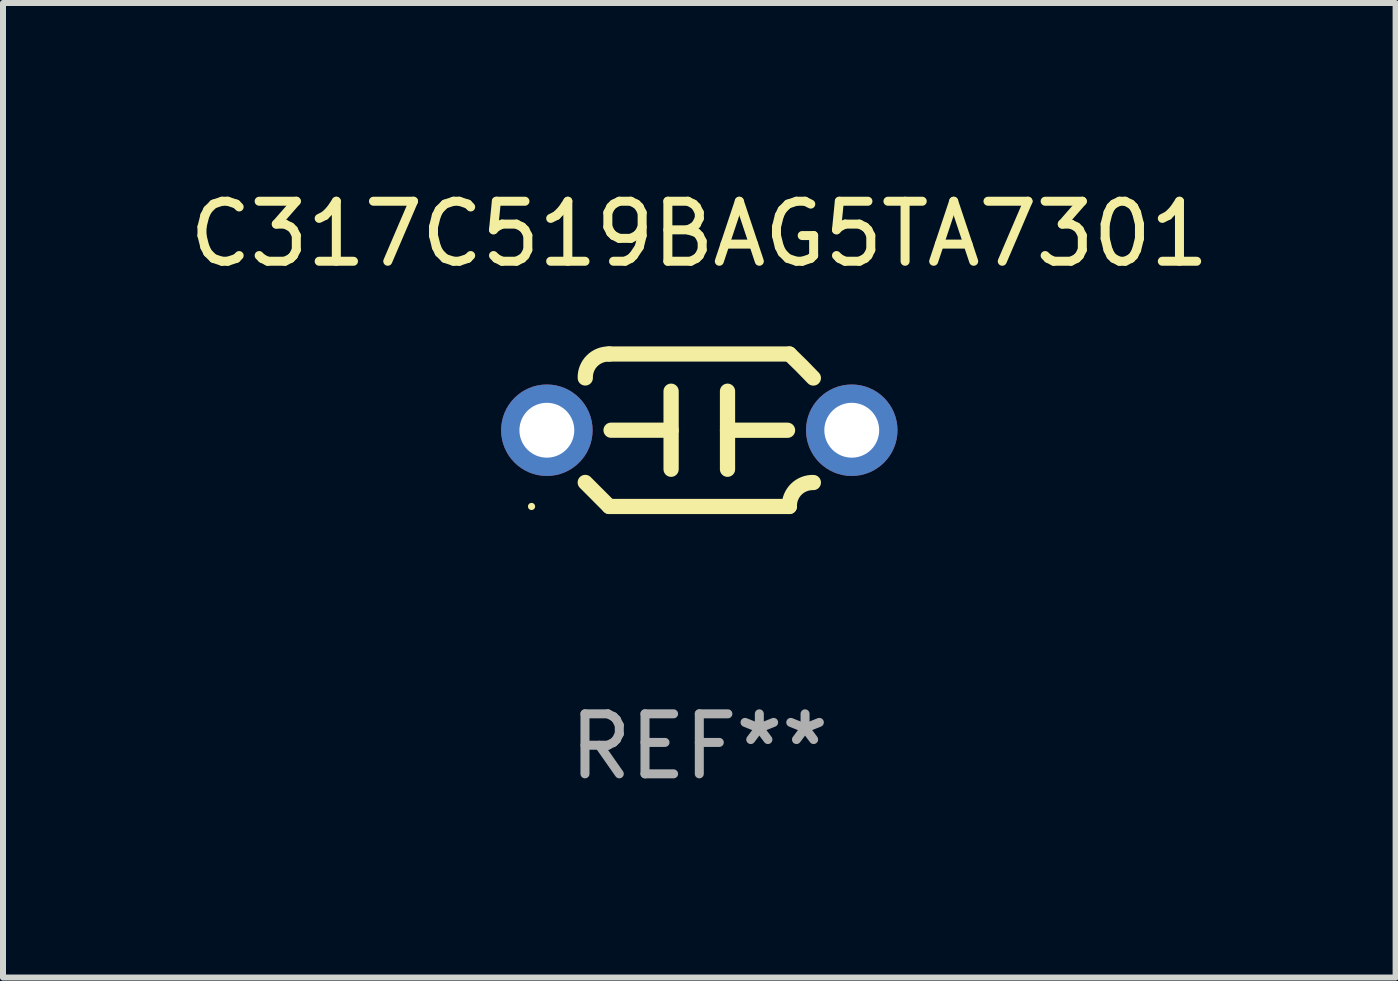
<source format=kicad_pcb>
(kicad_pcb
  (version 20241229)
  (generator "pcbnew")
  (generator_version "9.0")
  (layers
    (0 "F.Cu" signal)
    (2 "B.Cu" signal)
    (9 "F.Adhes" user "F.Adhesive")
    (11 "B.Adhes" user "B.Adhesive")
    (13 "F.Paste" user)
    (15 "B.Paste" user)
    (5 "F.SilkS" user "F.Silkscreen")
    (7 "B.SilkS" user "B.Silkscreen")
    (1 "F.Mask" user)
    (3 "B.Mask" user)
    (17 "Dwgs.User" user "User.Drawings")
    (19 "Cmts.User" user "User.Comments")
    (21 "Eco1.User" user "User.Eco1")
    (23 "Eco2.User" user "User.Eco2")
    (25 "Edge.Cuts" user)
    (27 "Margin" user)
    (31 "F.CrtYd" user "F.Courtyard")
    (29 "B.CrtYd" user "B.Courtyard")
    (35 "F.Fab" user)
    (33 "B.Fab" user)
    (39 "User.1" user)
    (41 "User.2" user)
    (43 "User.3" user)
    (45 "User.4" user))
  (footprint "C317C519BAG5TA7301"
    (layer "F.Cu")
    (at 8.601 4.118)
    (property "Reference" "C317C519BAG5TA7301" (at 0 -3.27 0) (layer "F.SilkS") (effects (font (size 1 1) (thickness 0.15))))
    (attr through_hole)
    (fp_line (start -1.5 -1.27) (end 1.5 -1.27) (stroke (width 0.254) (type solid)) (layer "F.SilkS"))
    (fp_line (start -0.47 -0.65) (end -0.47 0.65) (stroke (width 0.254) (type solid)) (layer "F.SilkS"))
    (fp_line (start -0.47 -0.000381) (end -1.47 -0.000381) (stroke (width 0.254) (type solid)) (layer "F.SilkS"))
    (fp_line (start 0.47 0.000356) (end 1.47 0.000356) (stroke (width 0.254) (type solid)) (layer "F.SilkS"))
    (fp_line (start 0.47 0.65) (end 0.47 -0.65) (stroke (width 0.254) (type solid)) (layer "F.SilkS"))
    (fp_line (start 1.5 1.27) (end -1.5 1.27) (stroke (width 0.254) (type solid)) (layer "F.SilkS"))
    (fp_arc (start -1.899924 -0.871221) (mid -1.78599 -1.156887) (end -1.5 -1.270003) (stroke (width 0.254001) (type solid)) (layer "F.SilkS"))
    (fp_arc (start -1.501217 1.269929) (mid -1.700682 1.070039) (end -1.9 0.870003) (stroke (width 0.254001) (type solid)) (layer "F.SilkS"))
    (fp_arc (start 1.5 1.270003) (mid 1.614112 0.984517) (end 1.899923 0.871222) (stroke (width 0.254001) (type solid)) (layer "F.SilkS"))
    (fp_arc (start 1.501219 -1.269927) (mid 1.70319 -1.072538) (end 1.9 -0.870003) (stroke (width 0.254001) (type solid)) (layer "F.SilkS"))
    (fp_circle (center -2.795 1.27) (end -2.765 1.27) (stroke (width 0.06) (type solid)) (fill no) (layer "F.SilkS"))
    (fp_text user "REF**" (at 0 5.27 0) (layer "F.Fab") (effects (font (size 1 1) (thickness 0.15))))
    (pad "1" thru_hole circle (at -2.54 0) (size 1.524 1.524) (drill 0.914) (layers "*.Cu" "*.Mask"))
    (pad "2" thru_hole circle (at 2.54 0) (size 1.524 1.524) (drill 0.914) (layers "*.Cu" "*.Mask")))
  (gr_rect
    (start -3 -3)
    (end 20.202 13.237)
    (stroke (width 0.1) (type default))
    (fill no)
    (layer "Edge.Cuts")))
</source>
